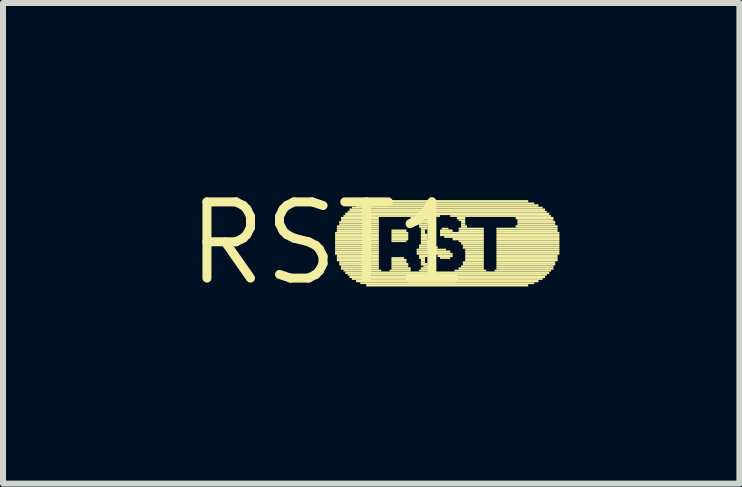
<source format=kicad_pcb>
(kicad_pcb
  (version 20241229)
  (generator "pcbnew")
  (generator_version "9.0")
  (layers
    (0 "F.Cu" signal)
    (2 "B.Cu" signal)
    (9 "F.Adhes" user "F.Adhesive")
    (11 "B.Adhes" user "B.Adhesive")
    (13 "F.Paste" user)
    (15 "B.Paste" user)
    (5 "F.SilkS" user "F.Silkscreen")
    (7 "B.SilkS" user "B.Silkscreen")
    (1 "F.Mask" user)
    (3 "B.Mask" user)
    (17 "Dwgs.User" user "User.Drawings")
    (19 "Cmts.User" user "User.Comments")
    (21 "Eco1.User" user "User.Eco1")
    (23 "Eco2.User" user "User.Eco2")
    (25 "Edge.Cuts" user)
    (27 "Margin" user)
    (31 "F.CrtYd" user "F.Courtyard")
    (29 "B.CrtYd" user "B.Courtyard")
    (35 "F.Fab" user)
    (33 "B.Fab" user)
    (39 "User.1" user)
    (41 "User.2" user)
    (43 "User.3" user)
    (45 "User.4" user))
  (footprint "RST1"
    (layer "F.Cu")
    (at 2.426 1.006)
    (property "Reference" "RST1" (at 0 0 0) (layer "F.SilkS") (effects (font (size 1.27 1.27) (thickness 0.15))))
    (fp_poly (pts (xy 0.11 -0.16) (xy 0.84 -0.16) (xy 0.84 -0.19) (xy 0.11 -0.19)) (stroke (width 0) (type solid)) (fill yes) (layer "F.SilkS"))
    (fp_poly (pts (xy 0.11 -0.12) (xy 0.84 -0.12) (xy 0.84 -0.16) (xy 0.11 -0.16)) (stroke (width 0) (type solid)) (fill yes) (layer "F.SilkS"))
    (fp_poly (pts (xy 0.11 -0.09) (xy 0.84 -0.09) (xy 0.84 -0.12) (xy 0.11 -0.12)) (stroke (width 0) (type solid)) (fill yes) (layer "F.SilkS"))
    (fp_poly (pts (xy 0.11 -0.05) (xy 0.84 -0.05) (xy 0.84 -0.09) (xy 0.11 -0.09)) (stroke (width 0) (type solid)) (fill yes) (layer "F.SilkS"))
    (fp_poly (pts (xy 0.11 -0.02) (xy 0.84 -0.02) (xy 0.84 -0.05) (xy 0.11 -0.05)) (stroke (width 0) (type solid)) (fill yes) (layer "F.SilkS"))
    (fp_poly (pts (xy 0.11 0.02) (xy 0.84 0.02) (xy 0.84 -0.02) (xy 0.11 -0.02)) (stroke (width 0) (type solid)) (fill yes) (layer "F.SilkS"))
    (fp_poly (pts (xy 0.11 0.05) (xy 0.84 0.05) (xy 0.84 0.02) (xy 0.11 0.02)) (stroke (width 0) (type solid)) (fill yes) (layer "F.SilkS"))
    (fp_poly (pts (xy 0.11 0.09) (xy 0.84 0.09) (xy 0.84 0.05) (xy 0.11 0.05)) (stroke (width 0) (type solid)) (fill yes) (layer "F.SilkS"))
    (fp_poly (pts (xy 0.11 0.12) (xy 0.84 0.12) (xy 0.84 0.09) (xy 0.11 0.09)) (stroke (width 0) (type solid)) (fill yes) (layer "F.SilkS"))
    (fp_poly (pts (xy 0.11 0.16) (xy 0.84 0.16) (xy 0.84 0.12) (xy 0.11 0.12)) (stroke (width 0) (type solid)) (fill yes) (layer "F.SilkS"))
    (fp_poly (pts (xy 0.11 0.19) (xy 0.84 0.19) (xy 0.84 0.16) (xy 0.11 0.16)) (stroke (width 0) (type solid)) (fill yes) (layer "F.SilkS"))
    (fp_poly (pts (xy 0.14 -0.26) (xy 0.84 -0.26) (xy 0.84 -0.3) (xy 0.14 -0.3)) (stroke (width 0) (type solid)) (fill yes) (layer "F.SilkS"))
    (fp_poly (pts (xy 0.14 -0.23) (xy 0.84 -0.23) (xy 0.84 -0.26) (xy 0.14 -0.26)) (stroke (width 0) (type solid)) (fill yes) (layer "F.SilkS"))
    (fp_poly (pts (xy 0.14 -0.19) (xy 0.84 -0.19) (xy 0.84 -0.23) (xy 0.14 -0.23)) (stroke (width 0) (type solid)) (fill yes) (layer "F.SilkS"))
    (fp_poly (pts (xy 0.14 0.23) (xy 0.84 0.23) (xy 0.84 0.19) (xy 0.14 0.19)) (stroke (width 0) (type solid)) (fill yes) (layer "F.SilkS"))
    (fp_poly (pts (xy 0.14 0.26) (xy 0.84 0.26) (xy 0.84 0.23) (xy 0.14 0.23)) (stroke (width 0) (type solid)) (fill yes) (layer "F.SilkS"))
    (fp_poly (pts (xy 0.14 0.3) (xy 0.84 0.3) (xy 0.84 0.26) (xy 0.14 0.26)) (stroke (width 0) (type solid)) (fill yes) (layer "F.SilkS"))
    (fp_poly (pts (xy 0.18 -0.33) (xy 0.84 -0.33) (xy 0.84 -0.37) (xy 0.18 -0.37)) (stroke (width 0) (type solid)) (fill yes) (layer "F.SilkS"))
    (fp_poly (pts (xy 0.18 -0.3) (xy 0.84 -0.3) (xy 0.84 -0.33) (xy 0.18 -0.33)) (stroke (width 0) (type solid)) (fill yes) (layer "F.SilkS"))
    (fp_poly (pts (xy 0.18 0.33) (xy 0.84 0.33) (xy 0.84 0.3) (xy 0.18 0.3)) (stroke (width 0) (type solid)) (fill yes) (layer "F.SilkS"))
    (fp_poly (pts (xy 0.18 0.37) (xy 0.84 0.37) (xy 0.84 0.33) (xy 0.18 0.33)) (stroke (width 0) (type solid)) (fill yes) (layer "F.SilkS"))
    (fp_poly (pts (xy 0.21 -0.4) (xy 0.84 -0.4) (xy 0.84 -0.44) (xy 0.21 -0.44)) (stroke (width 0) (type solid)) (fill yes) (layer "F.SilkS"))
    (fp_poly (pts (xy 0.21 -0.37) (xy 0.84 -0.37) (xy 0.84 -0.4) (xy 0.21 -0.4)) (stroke (width 0) (type solid)) (fill yes) (layer "F.SilkS"))
    (fp_poly (pts (xy 0.21 0.4) (xy 0.84 0.4) (xy 0.84 0.37) (xy 0.21 0.37)) (stroke (width 0) (type solid)) (fill yes) (layer "F.SilkS"))
    (fp_poly (pts (xy 0.21 0.44) (xy 0.84 0.44) (xy 0.84 0.4) (xy 0.21 0.4)) (stroke (width 0) (type solid)) (fill yes) (layer "F.SilkS"))
    (fp_poly (pts (xy 0.25 -0.44) (xy 1.86 -0.44) (xy 1.86 -0.47) (xy 0.25 -0.47)) (stroke (width 0) (type solid)) (fill yes) (layer "F.SilkS"))
    (fp_poly (pts (xy 0.25 0.47) (xy 0.88 0.47) (xy 0.88 0.44) (xy 0.25 0.44)) (stroke (width 0) (type solid)) (fill yes) (layer "F.SilkS"))
    (fp_poly (pts (xy 0.28 -0.47) (xy 3.68 -0.47) (xy 3.68 -0.51) (xy 0.28 -0.51)) (stroke (width 0) (type solid)) (fill yes) (layer "F.SilkS"))
    (fp_poly (pts (xy 0.28 0.51) (xy 3.68 0.51) (xy 3.68 0.47) (xy 0.28 0.47)) (stroke (width 0) (type solid)) (fill yes) (layer "F.SilkS"))
    (fp_poly (pts (xy 0.32 -0.51) (xy 3.64 -0.51) (xy 3.64 -0.54) (xy 0.32 -0.54)) (stroke (width 0) (type solid)) (fill yes) (layer "F.SilkS"))
    (fp_poly (pts (xy 0.32 0.54) (xy 3.64 0.54) (xy 3.64 0.51) (xy 0.32 0.51)) (stroke (width 0) (type solid)) (fill yes) (layer "F.SilkS"))
    (fp_poly (pts (xy 0.35 -0.54) (xy 3.61 -0.54) (xy 3.61 -0.58) (xy 0.35 -0.58)) (stroke (width 0) (type solid)) (fill yes) (layer "F.SilkS"))
    (fp_poly (pts (xy 0.35 0.58) (xy 3.61 0.58) (xy 3.61 0.54) (xy 0.35 0.54)) (stroke (width 0) (type solid)) (fill yes) (layer "F.SilkS"))
    (fp_poly (pts (xy 0.39 -0.58) (xy 3.57 -0.58) (xy 3.57 -0.61) (xy 0.39 -0.61)) (stroke (width 0) (type solid)) (fill yes) (layer "F.SilkS"))
    (fp_poly (pts (xy 0.39 0.61) (xy 3.57 0.61) (xy 3.57 0.58) (xy 0.39 0.58)) (stroke (width 0) (type solid)) (fill yes) (layer "F.SilkS"))
    (fp_poly (pts (xy 0.46 -0.61) (xy 3.5 -0.61) (xy 3.5 -0.65) (xy 0.46 -0.65)) (stroke (width 0) (type solid)) (fill yes) (layer "F.SilkS"))
    (fp_poly (pts (xy 0.46 0.65) (xy 3.5 0.65) (xy 3.5 0.61) (xy 0.46 0.61)) (stroke (width 0) (type solid)) (fill yes) (layer "F.SilkS"))
    (fp_poly (pts (xy 0.53 -0.65) (xy 3.43 -0.65) (xy 3.43 -0.68) (xy 0.53 -0.68)) (stroke (width 0) (type solid)) (fill yes) (layer "F.SilkS"))
    (fp_poly (pts (xy 0.53 0.68) (xy 3.43 0.68) (xy 3.43 0.65) (xy 0.53 0.65)) (stroke (width 0) (type solid)) (fill yes) (layer "F.SilkS"))
    (fp_poly (pts (xy 0.63 -0.68) (xy 3.33 -0.68) (xy 3.33 -0.72) (xy 0.63 -0.72)) (stroke (width 0) (type solid)) (fill yes) (layer "F.SilkS"))
    (fp_poly (pts (xy 0.63 0.72) (xy 3.33 0.72) (xy 3.33 0.68) (xy 0.63 0.68)) (stroke (width 0) (type solid)) (fill yes) (layer "F.SilkS"))
    (fp_poly (pts (xy 1.02 0.47) (xy 1.37 0.47) (xy 1.37 0.44) (xy 1.02 0.44)) (stroke (width 0) (type solid)) (fill yes) (layer "F.SilkS"))
    (fp_poly (pts (xy 1.05 -0.19) (xy 1.3 -0.19) (xy 1.3 -0.23) (xy 1.05 -0.23)) (stroke (width 0) (type solid)) (fill yes) (layer "F.SilkS"))
    (fp_poly (pts (xy 1.05 -0.16) (xy 1.33 -0.16) (xy 1.33 -0.19) (xy 1.05 -0.19)) (stroke (width 0) (type solid)) (fill yes) (layer "F.SilkS"))
    (fp_poly (pts (xy 1.05 -0.12) (xy 1.33 -0.12) (xy 1.33 -0.16) (xy 1.05 -0.16)) (stroke (width 0) (type solid)) (fill yes) (layer "F.SilkS"))
    (fp_poly (pts (xy 1.05 -0.09) (xy 1.33 -0.09) (xy 1.33 -0.12) (xy 1.05 -0.12)) (stroke (width 0) (type solid)) (fill yes) (layer "F.SilkS"))
    (fp_poly (pts (xy 1.05 -0.05) (xy 1.33 -0.05) (xy 1.33 -0.09) (xy 1.05 -0.09)) (stroke (width 0) (type solid)) (fill yes) (layer "F.SilkS"))
    (fp_poly (pts (xy 1.05 -0.02) (xy 1.3 -0.02) (xy 1.3 -0.05) (xy 1.05 -0.05)) (stroke (width 0) (type solid)) (fill yes) (layer "F.SilkS"))
    (fp_poly (pts (xy 1.05 0.26) (xy 1.26 0.26) (xy 1.26 0.23) (xy 1.05 0.23)) (stroke (width 0) (type solid)) (fill yes) (layer "F.SilkS"))
    (fp_poly (pts (xy 1.05 0.3) (xy 1.3 0.3) (xy 1.3 0.26) (xy 1.05 0.26)) (stroke (width 0) (type solid)) (fill yes) (layer "F.SilkS"))
    (fp_poly (pts (xy 1.05 0.33) (xy 1.3 0.33) (xy 1.3 0.3) (xy 1.05 0.3)) (stroke (width 0) (type solid)) (fill yes) (layer "F.SilkS"))
    (fp_poly (pts (xy 1.05 0.37) (xy 1.33 0.37) (xy 1.33 0.33) (xy 1.05 0.33)) (stroke (width 0) (type solid)) (fill yes) (layer "F.SilkS"))
    (fp_poly (pts (xy 1.05 0.4) (xy 1.33 0.4) (xy 1.33 0.37) (xy 1.05 0.37)) (stroke (width 0) (type solid)) (fill yes) (layer "F.SilkS"))
    (fp_poly (pts (xy 1.05 0.44) (xy 1.37 0.44) (xy 1.37 0.4) (xy 1.05 0.4)) (stroke (width 0) (type solid)) (fill yes) (layer "F.SilkS"))
    (fp_poly (pts (xy 1.37 -0.4) (xy 1.75 -0.4) (xy 1.75 -0.44) (xy 1.37 -0.44)) (stroke (width 0) (type solid)) (fill yes) (layer "F.SilkS"))
    (fp_poly (pts (xy 1.4 -0.37) (xy 1.72 -0.37) (xy 1.72 -0.4) (xy 1.4 -0.4)) (stroke (width 0) (type solid)) (fill yes) (layer "F.SilkS"))
    (fp_poly (pts (xy 1.47 -0.33) (xy 1.68 -0.33) (xy 1.68 -0.37) (xy 1.47 -0.37)) (stroke (width 0) (type solid)) (fill yes) (layer "F.SilkS"))
    (fp_poly (pts (xy 1.47 0.12) (xy 1.96 0.12) (xy 1.96 0.09) (xy 1.47 0.09)) (stroke (width 0) (type solid)) (fill yes) (layer "F.SilkS"))
    (fp_poly (pts (xy 1.47 0.16) (xy 2.03 0.16) (xy 2.03 0.12) (xy 1.47 0.12)) (stroke (width 0) (type solid)) (fill yes) (layer "F.SilkS"))
    (fp_poly (pts (xy 1.47 0.19) (xy 1.68 0.19) (xy 1.68 0.16) (xy 1.47 0.16)) (stroke (width 0) (type solid)) (fill yes) (layer "F.SilkS"))
    (fp_poly (pts (xy 1.51 -0.3) (xy 1.65 -0.3) (xy 1.65 -0.33) (xy 1.51 -0.33)) (stroke (width 0) (type solid)) (fill yes) (layer "F.SilkS"))
    (fp_poly (pts (xy 1.51 -0.26) (xy 1.65 -0.26) (xy 1.65 -0.3) (xy 1.51 -0.3)) (stroke (width 0) (type solid)) (fill yes) (layer "F.SilkS"))
    (fp_poly (pts (xy 1.51 0.05) (xy 1.75 0.05) (xy 1.75 0.02) (xy 1.51 0.02)) (stroke (width 0) (type solid)) (fill yes) (layer "F.SilkS"))
    (fp_poly (pts (xy 1.51 0.09) (xy 1.82 0.09) (xy 1.82 0.05) (xy 1.51 0.05)) (stroke (width 0) (type solid)) (fill yes) (layer "F.SilkS"))
    (fp_poly (pts (xy 1.51 0.23) (xy 1.65 0.23) (xy 1.65 0.19) (xy 1.51 0.19)) (stroke (width 0) (type solid)) (fill yes) (layer "F.SilkS"))
    (fp_poly (pts (xy 1.51 0.26) (xy 1.61 0.26) (xy 1.61 0.23) (xy 1.51 0.23)) (stroke (width 0) (type solid)) (fill yes) (layer "F.SilkS"))
    (fp_poly (pts (xy 1.51 0.47) (xy 1.79 0.47) (xy 1.79 0.44) (xy 1.51 0.44)) (stroke (width 0) (type solid)) (fill yes) (layer "F.SilkS"))
    (fp_poly (pts (xy 1.54 -0.23) (xy 1.65 -0.23) (xy 1.65 -0.26) (xy 1.54 -0.26)) (stroke (width 0) (type solid)) (fill yes) (layer "F.SilkS"))
    (fp_poly (pts (xy 1.54 -0.19) (xy 1.61 -0.19) (xy 1.61 -0.23) (xy 1.54 -0.23)) (stroke (width 0) (type solid)) (fill yes) (layer "F.SilkS"))
    (fp_poly (pts (xy 1.54 -0.16) (xy 1.61 -0.16) (xy 1.61 -0.19) (xy 1.54 -0.19)) (stroke (width 0) (type solid)) (fill yes) (layer "F.SilkS"))
    (fp_poly (pts (xy 1.54 -0.12) (xy 1.65 -0.12) (xy 1.65 -0.16) (xy 1.54 -0.16)) (stroke (width 0) (type solid)) (fill yes) (layer "F.SilkS"))
    (fp_poly (pts (xy 1.54 -0.09) (xy 1.65 -0.09) (xy 1.65 -0.12) (xy 1.54 -0.12)) (stroke (width 0) (type solid)) (fill yes) (layer "F.SilkS"))
    (fp_poly (pts (xy 1.54 -0.05) (xy 1.65 -0.05) (xy 1.65 -0.09) (xy 1.54 -0.09)) (stroke (width 0) (type solid)) (fill yes) (layer "F.SilkS"))
    (fp_poly (pts (xy 1.54 -0.02) (xy 1.68 -0.02) (xy 1.68 -0.05) (xy 1.54 -0.05)) (stroke (width 0) (type solid)) (fill yes) (layer "F.SilkS"))
    (fp_poly (pts (xy 1.54 0.02) (xy 1.68 0.02) (xy 1.68 -0.02) (xy 1.54 -0.02)) (stroke (width 0) (type solid)) (fill yes) (layer "F.SilkS"))
    (fp_poly (pts (xy 1.54 0.3) (xy 1.61 0.3) (xy 1.61 0.26) (xy 1.54 0.26)) (stroke (width 0) (type solid)) (fill yes) (layer "F.SilkS"))
    (fp_poly (pts (xy 1.54 0.33) (xy 1.61 0.33) (xy 1.61 0.3) (xy 1.54 0.3)) (stroke (width 0) (type solid)) (fill yes) (layer "F.SilkS"))
    (fp_poly (pts (xy 1.54 0.37) (xy 1.65 0.37) (xy 1.65 0.33) (xy 1.54 0.33)) (stroke (width 0) (type solid)) (fill yes) (layer "F.SilkS"))
    (fp_poly (pts (xy 1.54 0.44) (xy 1.72 0.44) (xy 1.72 0.4) (xy 1.54 0.4)) (stroke (width 0) (type solid)) (fill yes) (layer "F.SilkS"))
    (fp_poly (pts (xy 1.58 0.4) (xy 1.68 0.4) (xy 1.68 0.37) (xy 1.58 0.37)) (stroke (width 0) (type solid)) (fill yes) (layer "F.SilkS"))
    (fp_poly (pts (xy 1.79 0.19) (xy 2.07 0.19) (xy 2.07 0.16) (xy 1.79 0.16)) (stroke (width 0) (type solid)) (fill yes) (layer "F.SilkS"))
    (fp_poly (pts (xy 1.82 0.23) (xy 2.07 0.23) (xy 2.07 0.19) (xy 1.82 0.19)) (stroke (width 0) (type solid)) (fill yes) (layer "F.SilkS"))
    (fp_poly (pts (xy 1.86 -0.19) (xy 2.07 -0.19) (xy 2.07 -0.23) (xy 1.86 -0.23)) (stroke (width 0) (type solid)) (fill yes) (layer "F.SilkS"))
    (fp_poly (pts (xy 1.86 -0.16) (xy 2.59 -0.16) (xy 2.59 -0.19) (xy 1.86 -0.19)) (stroke (width 0) (type solid)) (fill yes) (layer "F.SilkS"))
    (fp_poly (pts (xy 1.86 -0.12) (xy 2.59 -0.12) (xy 2.59 -0.16) (xy 1.86 -0.16)) (stroke (width 0) (type solid)) (fill yes) (layer "F.SilkS"))
    (fp_poly (pts (xy 1.86 0.26) (xy 2.03 0.26) (xy 2.03 0.23) (xy 1.86 0.23)) (stroke (width 0) (type solid)) (fill yes) (layer "F.SilkS"))
    (fp_poly (pts (xy 1.89 -0.23) (xy 2 -0.23) (xy 2 -0.26) (xy 1.89 -0.26)) (stroke (width 0) (type solid)) (fill yes) (layer "F.SilkS"))
    (fp_poly (pts (xy 1.93 -0.09) (xy 2.59 -0.09) (xy 2.59 -0.12) (xy 1.93 -0.12)) (stroke (width 0) (type solid)) (fill yes) (layer "F.SilkS"))
    (fp_poly (pts (xy 2.03 -0.44) (xy 3.71 -0.44) (xy 3.71 -0.47) (xy 2.03 -0.47)) (stroke (width 0) (type solid)) (fill yes) (layer "F.SilkS"))
    (fp_poly (pts (xy 2.07 -0.05) (xy 2.59 -0.05) (xy 2.59 -0.09) (xy 2.07 -0.09)) (stroke (width 0) (type solid)) (fill yes) (layer "F.SilkS"))
    (fp_poly (pts (xy 2.1 0.47) (xy 2.63 0.47) (xy 2.63 0.44) (xy 2.1 0.44)) (stroke (width 0) (type solid)) (fill yes) (layer "F.SilkS"))
    (fp_poly (pts (xy 2.14 -0.4) (xy 2.28 -0.4) (xy 2.28 -0.44) (xy 2.14 -0.44)) (stroke (width 0) (type solid)) (fill yes) (layer "F.SilkS"))
    (fp_poly (pts (xy 2.17 -0.37) (xy 2.28 -0.37) (xy 2.28 -0.4) (xy 2.17 -0.4)) (stroke (width 0) (type solid)) (fill yes) (layer "F.SilkS"))
    (fp_poly (pts (xy 2.17 -0.23) (xy 2.59 -0.23) (xy 2.59 -0.26) (xy 2.17 -0.26)) (stroke (width 0) (type solid)) (fill yes) (layer "F.SilkS"))
    (fp_poly (pts (xy 2.17 -0.19) (xy 2.59 -0.19) (xy 2.59 -0.23) (xy 2.17 -0.23)) (stroke (width 0) (type solid)) (fill yes) (layer "F.SilkS"))
    (fp_poly (pts (xy 2.17 -0.02) (xy 2.59 -0.02) (xy 2.59 -0.05) (xy 2.17 -0.05)) (stroke (width 0) (type solid)) (fill yes) (layer "F.SilkS"))
    (fp_poly (pts (xy 2.17 0.44) (xy 2.59 0.44) (xy 2.59 0.4) (xy 2.17 0.4)) (stroke (width 0) (type solid)) (fill yes) (layer "F.SilkS"))
    (fp_poly (pts (xy 2.21 -0.33) (xy 2.28 -0.33) (xy 2.28 -0.37) (xy 2.21 -0.37)) (stroke (width 0) (type solid)) (fill yes) (layer "F.SilkS"))
    (fp_poly (pts (xy 2.21 -0.3) (xy 2.28 -0.3) (xy 2.28 -0.33) (xy 2.21 -0.33)) (stroke (width 0) (type solid)) (fill yes) (layer "F.SilkS"))
    (fp_poly (pts (xy 2.21 -0.26) (xy 2.31 -0.26) (xy 2.31 -0.3) (xy 2.21 -0.3)) (stroke (width 0) (type solid)) (fill yes) (layer "F.SilkS"))
    (fp_poly (pts (xy 2.21 0.02) (xy 2.59 0.02) (xy 2.59 -0.02) (xy 2.21 -0.02)) (stroke (width 0) (type solid)) (fill yes) (layer "F.SilkS"))
    (fp_poly (pts (xy 2.21 0.4) (xy 2.59 0.4) (xy 2.59 0.37) (xy 2.21 0.37)) (stroke (width 0) (type solid)) (fill yes) (layer "F.SilkS"))
    (fp_poly (pts (xy 2.24 0.05) (xy 2.59 0.05) (xy 2.59 0.02) (xy 2.24 0.02)) (stroke (width 0) (type solid)) (fill yes) (layer "F.SilkS"))
    (fp_poly (pts (xy 2.24 0.09) (xy 2.59 0.09) (xy 2.59 0.05) (xy 2.24 0.05)) (stroke (width 0) (type solid)) (fill yes) (layer "F.SilkS"))
    (fp_poly (pts (xy 2.24 0.33) (xy 2.59 0.33) (xy 2.59 0.3) (xy 2.24 0.3)) (stroke (width 0) (type solid)) (fill yes) (layer "F.SilkS"))
    (fp_poly (pts (xy 2.24 0.37) (xy 2.59 0.37) (xy 2.59 0.33) (xy 2.24 0.33)) (stroke (width 0) (type solid)) (fill yes) (layer "F.SilkS"))
    (fp_poly (pts (xy 2.28 0.12) (xy 2.59 0.12) (xy 2.59 0.09) (xy 2.28 0.09)) (stroke (width 0) (type solid)) (fill yes) (layer "F.SilkS"))
    (fp_poly (pts (xy 2.28 0.16) (xy 2.59 0.16) (xy 2.59 0.12) (xy 2.28 0.12)) (stroke (width 0) (type solid)) (fill yes) (layer "F.SilkS"))
    (fp_poly (pts (xy 2.28 0.19) (xy 2.59 0.19) (xy 2.59 0.16) (xy 2.28 0.16)) (stroke (width 0) (type solid)) (fill yes) (layer "F.SilkS"))
    (fp_poly (pts (xy 2.28 0.23) (xy 2.59 0.23) (xy 2.59 0.19) (xy 2.28 0.19)) (stroke (width 0) (type solid)) (fill yes) (layer "F.SilkS"))
    (fp_poly (pts (xy 2.28 0.26) (xy 2.59 0.26) (xy 2.59 0.23) (xy 2.28 0.23)) (stroke (width 0) (type solid)) (fill yes) (layer "F.SilkS"))
    (fp_poly (pts (xy 2.28 0.3) (xy 2.59 0.3) (xy 2.59 0.26) (xy 2.28 0.26)) (stroke (width 0) (type solid)) (fill yes) (layer "F.SilkS"))
    (fp_poly (pts (xy 2.77 0.47) (xy 3.71 0.47) (xy 3.71 0.44) (xy 2.77 0.44)) (stroke (width 0) (type solid)) (fill yes) (layer "F.SilkS"))
    (fp_poly (pts (xy 2.8 -0.23) (xy 3.82 -0.23) (xy 3.82 -0.26) (xy 2.8 -0.26)) (stroke (width 0) (type solid)) (fill yes) (layer "F.SilkS"))
    (fp_poly (pts (xy 2.8 -0.19) (xy 3.82 -0.19) (xy 3.82 -0.23) (xy 2.8 -0.23)) (stroke (width 0) (type solid)) (fill yes) (layer "F.SilkS"))
    (fp_poly (pts (xy 2.8 -0.16) (xy 3.85 -0.16) (xy 3.85 -0.19) (xy 2.8 -0.19)) (stroke (width 0) (type solid)) (fill yes) (layer "F.SilkS"))
    (fp_poly (pts (xy 2.8 -0.12) (xy 3.85 -0.12) (xy 3.85 -0.16) (xy 2.8 -0.16)) (stroke (width 0) (type solid)) (fill yes) (layer "F.SilkS"))
    (fp_poly (pts (xy 2.8 -0.09) (xy 3.85 -0.09) (xy 3.85 -0.12) (xy 2.8 -0.12)) (stroke (width 0) (type solid)) (fill yes) (layer "F.SilkS"))
    (fp_poly (pts (xy 2.8 -0.05) (xy 3.85 -0.05) (xy 3.85 -0.09) (xy 2.8 -0.09)) (stroke (width 0) (type solid)) (fill yes) (layer "F.SilkS"))
    (fp_poly (pts (xy 2.8 -0.02) (xy 3.85 -0.02) (xy 3.85 -0.05) (xy 2.8 -0.05)) (stroke (width 0) (type solid)) (fill yes) (layer "F.SilkS"))
    (fp_poly (pts (xy 2.8 0.02) (xy 3.85 0.02) (xy 3.85 -0.02) (xy 2.8 -0.02)) (stroke (width 0) (type solid)) (fill yes) (layer "F.SilkS"))
    (fp_poly (pts (xy 2.8 0.05) (xy 3.85 0.05) (xy 3.85 0.02) (xy 2.8 0.02)) (stroke (width 0) (type solid)) (fill yes) (layer "F.SilkS"))
    (fp_poly (pts (xy 2.8 0.09) (xy 3.85 0.09) (xy 3.85 0.05) (xy 2.8 0.05)) (stroke (width 0) (type solid)) (fill yes) (layer "F.SilkS"))
    (fp_poly (pts (xy 2.8 0.12) (xy 3.85 0.12) (xy 3.85 0.09) (xy 2.8 0.09)) (stroke (width 0) (type solid)) (fill yes) (layer "F.SilkS"))
    (fp_poly (pts (xy 2.8 0.16) (xy 3.85 0.16) (xy 3.85 0.12) (xy 2.8 0.12)) (stroke (width 0) (type solid)) (fill yes) (layer "F.SilkS"))
    (fp_poly (pts (xy 2.8 0.19) (xy 3.85 0.19) (xy 3.85 0.16) (xy 2.8 0.16)) (stroke (width 0) (type solid)) (fill yes) (layer "F.SilkS"))
    (fp_poly (pts (xy 2.8 0.23) (xy 3.82 0.23) (xy 3.82 0.19) (xy 2.8 0.19)) (stroke (width 0) (type solid)) (fill yes) (layer "F.SilkS"))
    (fp_poly (pts (xy 2.8 0.26) (xy 3.82 0.26) (xy 3.82 0.23) (xy 2.8 0.23)) (stroke (width 0) (type solid)) (fill yes) (layer "F.SilkS"))
    (fp_poly (pts (xy 2.8 0.3) (xy 3.82 0.3) (xy 3.82 0.26) (xy 2.8 0.26)) (stroke (width 0) (type solid)) (fill yes) (layer "F.SilkS"))
    (fp_poly (pts (xy 2.8 0.33) (xy 3.78 0.33) (xy 3.78 0.3) (xy 2.8 0.3)) (stroke (width 0) (type solid)) (fill yes) (layer "F.SilkS"))
    (fp_poly (pts (xy 2.8 0.37) (xy 3.78 0.37) (xy 3.78 0.33) (xy 2.8 0.33)) (stroke (width 0) (type solid)) (fill yes) (layer "F.SilkS"))
    (fp_poly (pts (xy 2.8 0.4) (xy 3.75 0.4) (xy 3.75 0.37) (xy 2.8 0.37)) (stroke (width 0) (type solid)) (fill yes) (layer "F.SilkS"))
    (fp_poly (pts (xy 2.8 0.44) (xy 3.75 0.44) (xy 3.75 0.4) (xy 2.8 0.4)) (stroke (width 0) (type solid)) (fill yes) (layer "F.SilkS"))
    (fp_poly (pts (xy 3.12 -0.4) (xy 3.75 -0.4) (xy 3.75 -0.44) (xy 3.12 -0.44)) (stroke (width 0) (type solid)) (fill yes) (layer "F.SilkS"))
    (fp_poly (pts (xy 3.12 -0.26) (xy 3.82 -0.26) (xy 3.82 -0.3) (xy 3.12 -0.3)) (stroke (width 0) (type solid)) (fill yes) (layer "F.SilkS"))
    (fp_poly (pts (xy 3.15 -0.37) (xy 3.75 -0.37) (xy 3.75 -0.4) (xy 3.15 -0.4)) (stroke (width 0) (type solid)) (fill yes) (layer "F.SilkS"))
    (fp_poly (pts (xy 3.15 -0.33) (xy 3.78 -0.33) (xy 3.78 -0.37) (xy 3.15 -0.37)) (stroke (width 0) (type solid)) (fill yes) (layer "F.SilkS"))
    (fp_poly (pts (xy 3.15 -0.3) (xy 3.78 -0.3) (xy 3.78 -0.33) (xy 3.15 -0.33)) (stroke (width 0) (type solid)) (fill yes) (layer "F.SilkS")))
  (gr_rect
    (start -3 -3)
    (end 9.276 5.012)
    (stroke (width 0.1) (type default))
    (fill no)
    (layer "Edge.Cuts")))
</source>
